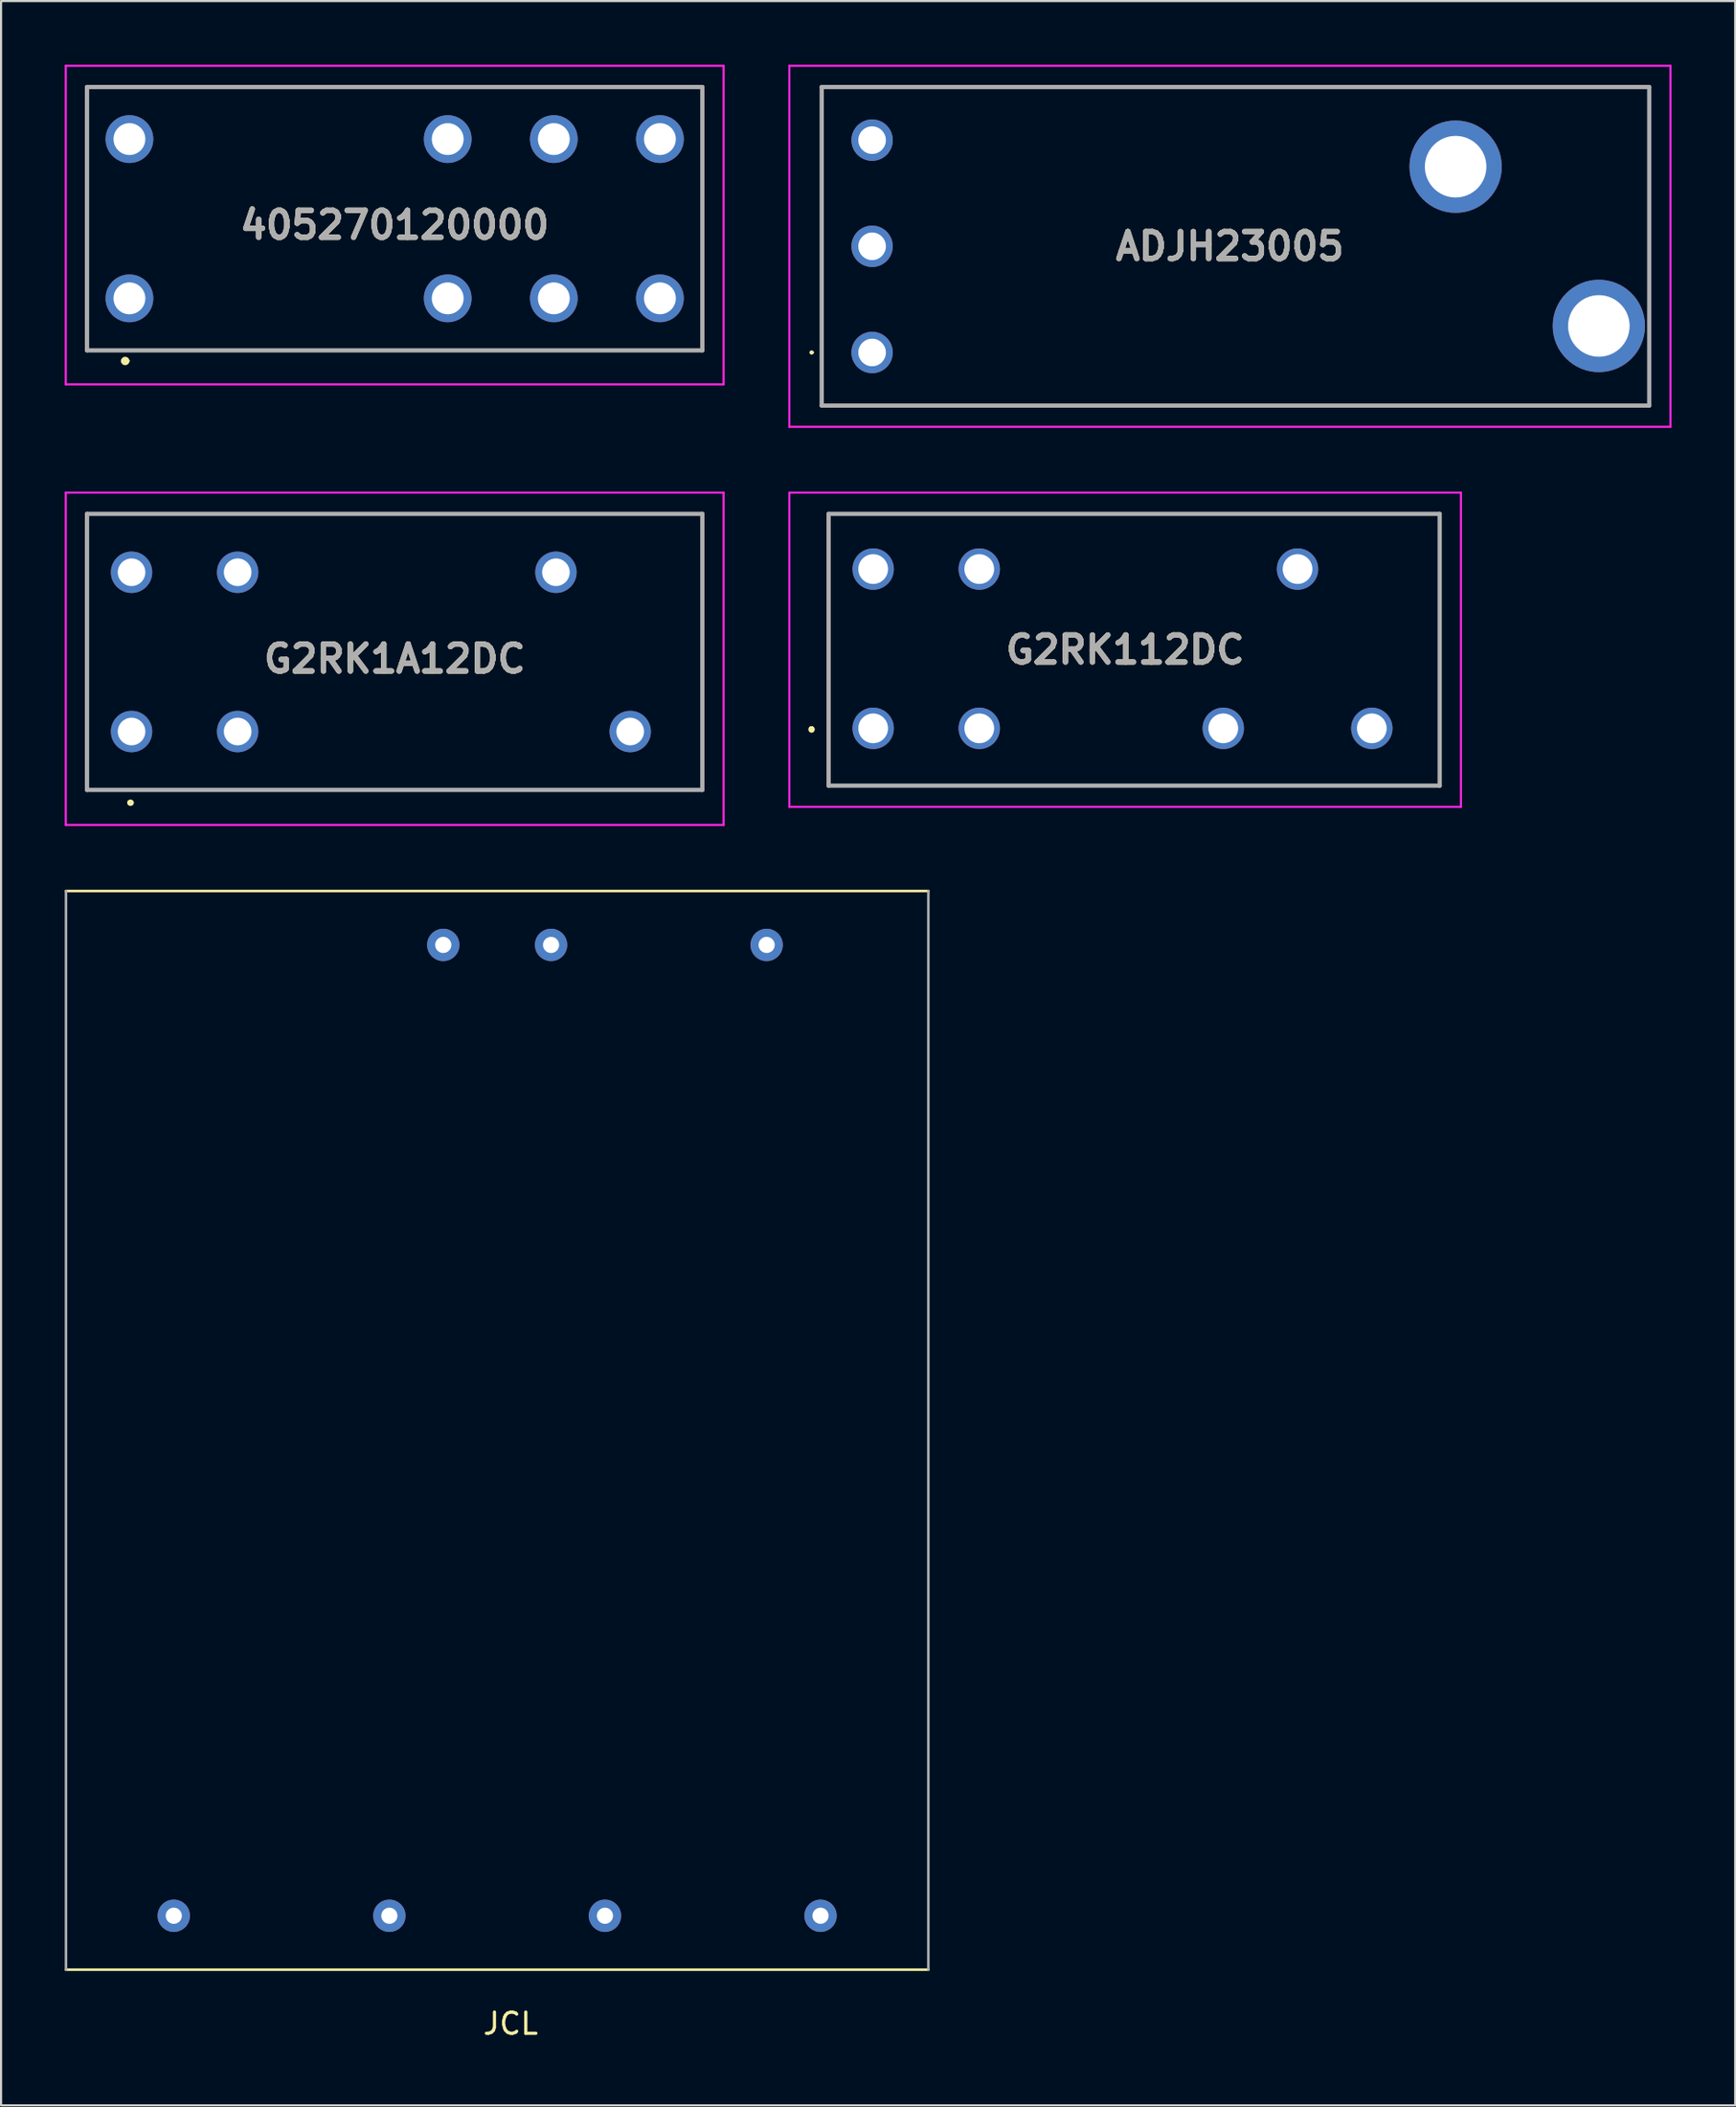
<source format=kicad_pcb>
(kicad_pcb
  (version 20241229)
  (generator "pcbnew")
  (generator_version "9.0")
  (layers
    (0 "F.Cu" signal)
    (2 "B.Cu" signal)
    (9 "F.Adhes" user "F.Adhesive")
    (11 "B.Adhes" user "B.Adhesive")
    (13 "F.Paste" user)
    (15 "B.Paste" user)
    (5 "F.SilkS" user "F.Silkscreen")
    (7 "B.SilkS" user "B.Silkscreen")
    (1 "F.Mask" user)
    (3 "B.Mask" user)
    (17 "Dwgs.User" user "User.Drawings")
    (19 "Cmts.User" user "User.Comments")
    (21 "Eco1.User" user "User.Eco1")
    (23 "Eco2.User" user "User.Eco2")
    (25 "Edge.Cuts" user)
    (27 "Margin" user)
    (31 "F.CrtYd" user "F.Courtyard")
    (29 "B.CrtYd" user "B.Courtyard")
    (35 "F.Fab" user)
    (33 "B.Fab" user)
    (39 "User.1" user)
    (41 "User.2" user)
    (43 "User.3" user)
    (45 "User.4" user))
  (footprint "ADJH23005"
    (layer "F.Cu")
    (at 38.05 13.55)
    (property "Reference" "ADJH23005" (at 16.862 -5 0) (layer "F.SilkS") (effects (font (size 1.27 1.27) (thickness 0.254))))
    (attr through_hole)
    (fp_line (start -2.9 0) (end -2.9 0) (stroke (width 0.1) (type solid)) (layer "F.SilkS"))
    (fp_line (start -2.8 0) (end -2.8 0) (stroke (width 0.1) (type solid)) (layer "F.SilkS"))
    (fp_line (start -2.375 -12.5) (end -2.375 2.5) (stroke (width 0.1) (type solid)) (layer "F.SilkS"))
    (fp_line (start -2.375 2.5) (end 36.625 2.5) (stroke (width 0.1) (type solid)) (layer "F.SilkS"))
    (fp_line (start 36.625 -12.5) (end -2.375 -12.5) (stroke (width 0.1) (type solid)) (layer "F.SilkS"))
    (fp_line (start 36.625 2.5) (end 36.625 -12.5) (stroke (width 0.1) (type solid)) (layer "F.SilkS"))
    (fp_arc (start -2.9 0) (mid -2.85 -0.05) (end -2.8 0) (stroke (width 0.1) (type solid)) (layer "F.SilkS"))
    (fp_arc (start -2.8 0) (mid -2.85 0.05) (end -2.9 0) (stroke (width 0.1) (type solid)) (layer "F.SilkS"))
    (fp_line (start -3.9 -13.5) (end -3.9 3.5) (stroke (width 0.1) (type solid)) (layer "F.CrtYd"))
    (fp_line (start -3.9 3.5) (end 37.625 3.5) (stroke (width 0.1) (type solid)) (layer "F.CrtYd"))
    (fp_line (start 37.625 -13.5) (end -3.9 -13.5) (stroke (width 0.1) (type solid)) (layer "F.CrtYd"))
    (fp_line (start 37.625 3.5) (end 37.625 -13.5) (stroke (width 0.1) (type solid)) (layer "F.CrtYd"))
    (fp_line (start -2.375 -12.5) (end -2.375 2.5) (stroke (width 0.2) (type solid)) (layer "F.Fab"))
    (fp_line (start -2.375 2.5) (end 36.625 2.5) (stroke (width 0.2) (type solid)) (layer "F.Fab"))
    (fp_line (start 36.625 -12.5) (end -2.375 -12.5) (stroke (width 0.2) (type solid)) (layer "F.Fab"))
    (fp_line (start 36.625 2.5) (end 36.625 -12.5) (stroke (width 0.2) (type solid)) (layer "F.Fab"))
    (fp_text user "${REFERENCE}" (at 16.862 -5 0) (layer "F.Fab") (effects (font (size 1.27 1.27) (thickness 0.254))))
    (pad "1" thru_hole circle (at 0 0) (size 1.95 1.95) (drill 1.3) (layers "*.Cu" "*.Mask"))
    (pad "2" thru_hole circle (at 0 -10) (size 1.95 1.95) (drill 1.3) (layers "*.Cu" "*.Mask"))
    (pad "3" thru_hole circle (at 27.5 -8.75) (size 4.35 4.35) (drill 2.9) (layers "*.Cu" "*.Mask"))
    (pad "4" thru_hole circle (at 34.25 -1.25) (size 4.35 4.35) (drill 2.9) (layers "*.Cu" "*.Mask"))
    (pad "5" thru_hole circle (at 0 -5) (size 1.95 1.95) (drill 1.3) (layers "*.Cu" "*.Mask")))
  (footprint "JCL"
    (layer "F.Cu")
    (at 20.38 64.31)
    (property "Reference" "JCL" (at 0.635 27.94 0) (layer "F.SilkS") (effects (font (size 1 1) (thickness 0.15))))
    (attr through_hole)
    (fp_line (start -20.32 -25.4) (end 20.32 -25.4) (stroke (width 0.12) (type solid)) (layer "F.SilkS"))
    (fp_line (start -20.32 25.4) (end 20.32 25.4) (stroke (width 0.12) (type solid)) (layer "F.SilkS"))
    (fp_line (start -20.32 25.4) (end -20.32 -25.4) (stroke (width 0.12) (type solid)) (layer "F.Fab"))
    (fp_line (start 20.32 25.4) (end 20.32 -25.4) (stroke (width 0.12) (type solid)) (layer "F.Fab"))
    (pad "1" thru_hole circle (at 12.7 -22.86) (size 1.524 1.524) (drill 0.762) (layers "*.Cu" "*.Mask"))
    (pad "3" thru_hole circle (at 2.54 -22.86) (size 1.524 1.524) (drill 0.762) (layers "*.Cu" "*.Mask"))
    (pad "4" thru_hole circle (at -2.54 -22.86) (size 1.524 1.524) (drill 0.762) (layers "*.Cu" "*.Mask"))
    (pad "5" thru_hole circle (at 15.24 22.86) (size 1.524 1.524) (drill 0.762) (layers "*.Cu" "*.Mask"))
    (pad "6" thru_hole circle (at 5.08 22.86) (size 1.524 1.524) (drill 0.762) (layers "*.Cu" "*.Mask"))
    (pad "7" thru_hole circle (at -5.08 22.86) (size 1.524 1.524) (drill 0.762) (layers "*.Cu" "*.Mask"))
    (pad "8" thru_hole circle (at -15.24 22.86) (size 1.524 1.524) (drill 0.762) (layers "*.Cu" "*.Mask")))
  (footprint "G2RK1A12DC"
    (layer "F.Cu")
    (at 3.15 31.4)
    (property "Reference" "G2RK1A12DC" (at 12.4 -3.425 0) (layer "F.SilkS") (effects (font (size 1.27 1.27) (thickness 0.254))))
    (attr through_hole)
    (fp_line (start -2.1 -10.25) (end -2.1 2.75) (stroke (width 0.1) (type solid)) (layer "F.SilkS"))
    (fp_line (start -2.1 2.75) (end 26.9 2.75) (stroke (width 0.1) (type solid)) (layer "F.SilkS"))
    (fp_line (start -0.1 3.35) (end -0.1 3.35) (stroke (width 0.2) (type solid)) (layer "F.SilkS"))
    (fp_line (start -0.1 3.35) (end -0.1 3.35) (stroke (width 0.2) (type solid)) (layer "F.SilkS"))
    (fp_line (start 0 3.35) (end 0 3.35) (stroke (width 0.2) (type solid)) (layer "F.SilkS"))
    (fp_line (start 26.9 -10.25) (end -2.1 -10.25) (stroke (width 0.1) (type solid)) (layer "F.SilkS"))
    (fp_line (start 26.9 2.75) (end 26.9 -10.25) (stroke (width 0.1) (type solid)) (layer "F.SilkS"))
    (fp_arc (start -0.1 3.35) (mid -0.05 3.3) (end 0 3.35) (stroke (width 0.2) (type solid)) (layer "F.SilkS"))
    (fp_arc (start 0 3.35) (mid -0.05 3.4) (end -0.1 3.35) (stroke (width 0.2) (type solid)) (layer "F.SilkS"))
    (fp_arc (start 0 3.35) (mid -0.05 3.4) (end -0.1 3.35) (stroke (width 0.2) (type solid)) (layer "F.SilkS"))
    (fp_line (start -3.1 -11.25) (end -3.1 4.4) (stroke (width 0.1) (type solid)) (layer "F.CrtYd"))
    (fp_line (start -3.1 4.4) (end 27.9 4.4) (stroke (width 0.1) (type solid)) (layer "F.CrtYd"))
    (fp_line (start 27.9 -11.25) (end -3.1 -11.25) (stroke (width 0.1) (type solid)) (layer "F.CrtYd"))
    (fp_line (start 27.9 4.4) (end 27.9 -11.25) (stroke (width 0.1) (type solid)) (layer "F.CrtYd"))
    (fp_line (start -2.1 -10.25) (end 26.9 -10.25) (stroke (width 0.2) (type solid)) (layer "F.Fab"))
    (fp_line (start -2.1 2.75) (end -2.1 -10.25) (stroke (width 0.2) (type solid)) (layer "F.Fab"))
    (fp_line (start 26.9 -10.25) (end 26.9 2.75) (stroke (width 0.2) (type solid)) (layer "F.Fab"))
    (fp_line (start 26.9 2.75) (end -2.1 2.75) (stroke (width 0.2) (type solid)) (layer "F.Fab"))
    (fp_text user "${REFERENCE}" (at 12.4 -3.425 0) (layer "F.Fab") (effects (font (size 1.27 1.27) (thickness 0.254))))
    (pad "1" thru_hole circle (at 0 0) (size 1.95 1.95) (drill 1.3) (layers "*.Cu" "*.Mask"))
    (pad "2" thru_hole circle (at 5 0) (size 1.95 1.95) (drill 1.3) (layers "*.Cu" "*.Mask"))
    (pad "4" thru_hole circle (at 23.5 0) (size 1.95 1.95) (drill 1.3) (layers "*.Cu" "*.Mask"))
    (pad "5" thru_hole circle (at 20 -7.5) (size 1.95 1.95) (drill 1.3) (layers "*.Cu" "*.Mask"))
    (pad "6" thru_hole circle (at 5 -7.5) (size 1.95 1.95) (drill 1.3) (layers "*.Cu" "*.Mask"))
    (pad "7" thru_hole circle (at 0 -7.5) (size 1.95 1.95) (drill 1.3) (layers "*.Cu" "*.Mask")))
  (footprint "G2RK112DC"
    (layer "F.Cu")
    (at 38.1 31.25)
    (property "Reference" "G2RK112DC" (at 11.875 -3.7 0) (layer "F.SilkS") (effects (font (size 1.27 1.27) (thickness 0.254))))
    (attr through_hole)
    (fp_line (start -2.9 0) (end -2.9 0) (stroke (width 0.2) (type solid)) (layer "F.SilkS"))
    (fp_line (start -2.9 0) (end -2.9 0) (stroke (width 0.2) (type solid)) (layer "F.SilkS"))
    (fp_line (start -2.9 0.1) (end -2.9 0.1) (stroke (width 0.2) (type solid)) (layer "F.SilkS"))
    (fp_line (start -2.1 -10.1) (end -2.1 2.7) (stroke (width 0.1) (type solid)) (layer "F.SilkS"))
    (fp_line (start -2.1 2.7) (end 26.7 2.7) (stroke (width 0.1) (type solid)) (layer "F.SilkS"))
    (fp_line (start 26.7 -10.1) (end -2.1 -10.1) (stroke (width 0.1) (type solid)) (layer "F.SilkS"))
    (fp_line (start 26.7 2.7) (end 26.7 -10.1) (stroke (width 0.1) (type solid)) (layer "F.SilkS"))
    (fp_arc (start -2.9 0) (mid -2.85 0.05) (end -2.9 0.1) (stroke (width 0.2) (type solid)) (layer "F.SilkS"))
    (fp_arc (start -2.9 0.1) (mid -2.95 0.05) (end -2.9 0) (stroke (width 0.2) (type solid)) (layer "F.SilkS"))
    (fp_arc (start -2.9 0.1) (mid -2.95 0.05) (end -2.9 0) (stroke (width 0.2) (type solid)) (layer "F.SilkS"))
    (fp_line (start -3.95 -11.1) (end -3.95 3.7) (stroke (width 0.1) (type solid)) (layer "F.CrtYd"))
    (fp_line (start -3.95 3.7) (end 27.7 3.7) (stroke (width 0.1) (type solid)) (layer "F.CrtYd"))
    (fp_line (start 27.7 -11.1) (end -3.95 -11.1) (stroke (width 0.1) (type solid)) (layer "F.CrtYd"))
    (fp_line (start 27.7 3.7) (end 27.7 -11.1) (stroke (width 0.1) (type solid)) (layer "F.CrtYd"))
    (fp_line (start -2.1 -10.1) (end 26.7 -10.1) (stroke (width 0.2) (type solid)) (layer "F.Fab"))
    (fp_line (start -2.1 2.7) (end -2.1 -10.1) (stroke (width 0.2) (type solid)) (layer "F.Fab"))
    (fp_line (start 26.7 -10.1) (end 26.7 2.7) (stroke (width 0.2) (type solid)) (layer "F.Fab"))
    (fp_line (start 26.7 2.7) (end -2.1 2.7) (stroke (width 0.2) (type solid)) (layer "F.Fab"))
    (fp_text user "${REFERENCE}" (at 11.875 -3.7 0) (layer "F.Fab") (effects (font (size 1.27 1.27) (thickness 0.254))))
    (pad "1" thru_hole circle (at 0 0) (size 1.95 1.95) (drill 1.4) (layers "*.Cu" "*.Mask"))
    (pad "2" thru_hole circle (at 5 0) (size 1.95 1.95) (drill 1.4) (layers "*.Cu" "*.Mask"))
    (pad "3" thru_hole circle (at 16.5 0) (size 1.95 1.95) (drill 1.4) (layers "*.Cu" "*.Mask"))
    (pad "4" thru_hole circle (at 23.5 0) (size 1.95 1.95) (drill 1.4) (layers "*.Cu" "*.Mask"))
    (pad "5" thru_hole circle (at 20 -7.5) (size 1.95 1.95) (drill 1.4) (layers "*.Cu" "*.Mask"))
    (pad "6" thru_hole circle (at 5 -7.5) (size 1.95 1.95) (drill 1.4) (layers "*.Cu" "*.Mask"))
    (pad "7" thru_hole circle (at 0 -7.5) (size 1.95 1.95) (drill 1.4) (layers "*.Cu" "*.Mask")))
  (footprint "405270120000"
    (layer "F.Cu")
    (at 15.55 7.55)
    (property "Reference" "405270120000" (at 0 0 0) (layer "F.SilkS") (effects (font (size 1.27 1.27) (thickness 0.254))))
    (attr through_hole)
    (fp_line (start -14.5 -6.5) (end 14.5 -6.5) (stroke (width 0.1) (type solid)) (layer "F.SilkS"))
    (fp_line (start -14.5 5.9) (end -14.5 -6.5) (stroke (width 0.1) (type solid)) (layer "F.SilkS"))
    (fp_line (start -12.8 6.4) (end -12.8 6.4) (stroke (width 0.2) (type solid)) (layer "F.SilkS"))
    (fp_line (start -12.6 6.4) (end -12.6 6.4) (stroke (width 0.2) (type solid)) (layer "F.SilkS"))
    (fp_line (start 14.5 -6.5) (end 14.5 5.9) (stroke (width 0.1) (type solid)) (layer "F.SilkS"))
    (fp_line (start 14.5 5.9) (end -14.5 5.9) (stroke (width 0.1) (type solid)) (layer "F.SilkS"))
    (fp_arc (start -12.8 6.4) (mid -12.7 6.3) (end -12.6 6.4) (stroke (width 0.2) (type solid)) (layer "F.SilkS"))
    (fp_arc (start -12.6 6.4) (mid -12.7 6.5) (end -12.8 6.4) (stroke (width 0.2) (type solid)) (layer "F.SilkS"))
    (fp_line (start -15.5 -7.5) (end 15.5 -7.5) (stroke (width 0.1) (type solid)) (layer "F.CrtYd"))
    (fp_line (start -15.5 7.5) (end -15.5 -7.5) (stroke (width 0.1) (type solid)) (layer "F.CrtYd"))
    (fp_line (start 15.5 -7.5) (end 15.5 7.5) (stroke (width 0.1) (type solid)) (layer "F.CrtYd"))
    (fp_line (start 15.5 7.5) (end -15.5 7.5) (stroke (width 0.1) (type solid)) (layer "F.CrtYd"))
    (fp_line (start -14.5 -6.5) (end -14.5 5.9) (stroke (width 0.2) (type solid)) (layer "F.Fab"))
    (fp_line (start -14.5 5.9) (end 14.5 5.9) (stroke (width 0.2) (type solid)) (layer "F.Fab"))
    (fp_line (start 14.5 -6.5) (end -14.5 -6.5) (stroke (width 0.2) (type solid)) (layer "F.Fab"))
    (fp_line (start 14.5 5.9) (end 14.5 -6.5) (stroke (width 0.2) (type solid)) (layer "F.Fab"))
    (fp_text user "${REFERENCE}" (at 0 0 0) (layer "F.Fab") (effects (font (size 1.27 1.27) (thickness 0.254))))
    (pad "11" thru_hole circle (at 7.5 3.45) (size 2.25 2.25) (drill 1.5) (layers "*.Cu" "*.Mask"))
    (pad "12" thru_hole circle (at 2.5 3.45) (size 2.25 2.25) (drill 1.5) (layers "*.Cu" "*.Mask"))
    (pad "14" thru_hole circle (at 12.5 3.45) (size 2.25 2.25) (drill 1.5) (layers "*.Cu" "*.Mask"))
    (pad "21" thru_hole circle (at 7.5 -4.05) (size 2.25 2.25) (drill 1.5) (layers "*.Cu" "*.Mask"))
    (pad "22" thru_hole circle (at 2.5 -4.05) (size 2.25 2.25) (drill 1.5) (layers "*.Cu" "*.Mask"))
    (pad "24" thru_hole circle (at 12.5 -4.05) (size 2.25 2.25) (drill 1.5) (layers "*.Cu" "*.Mask"))
    (pad "A1" thru_hole circle (at -12.5 3.45) (size 2.25 2.25) (drill 1.5) (layers "*.Cu" "*.Mask"))
    (pad "A2" thru_hole circle (at -12.5 -4.05) (size 2.25 2.25) (drill 1.5) (layers "*.Cu" "*.Mask")))
  (gr_rect
    (start -3 -3)
    (end 78.725 96.098)
    (stroke (width 0.1) (type default))
    (fill no)
    (layer "Edge.Cuts")))
</source>
